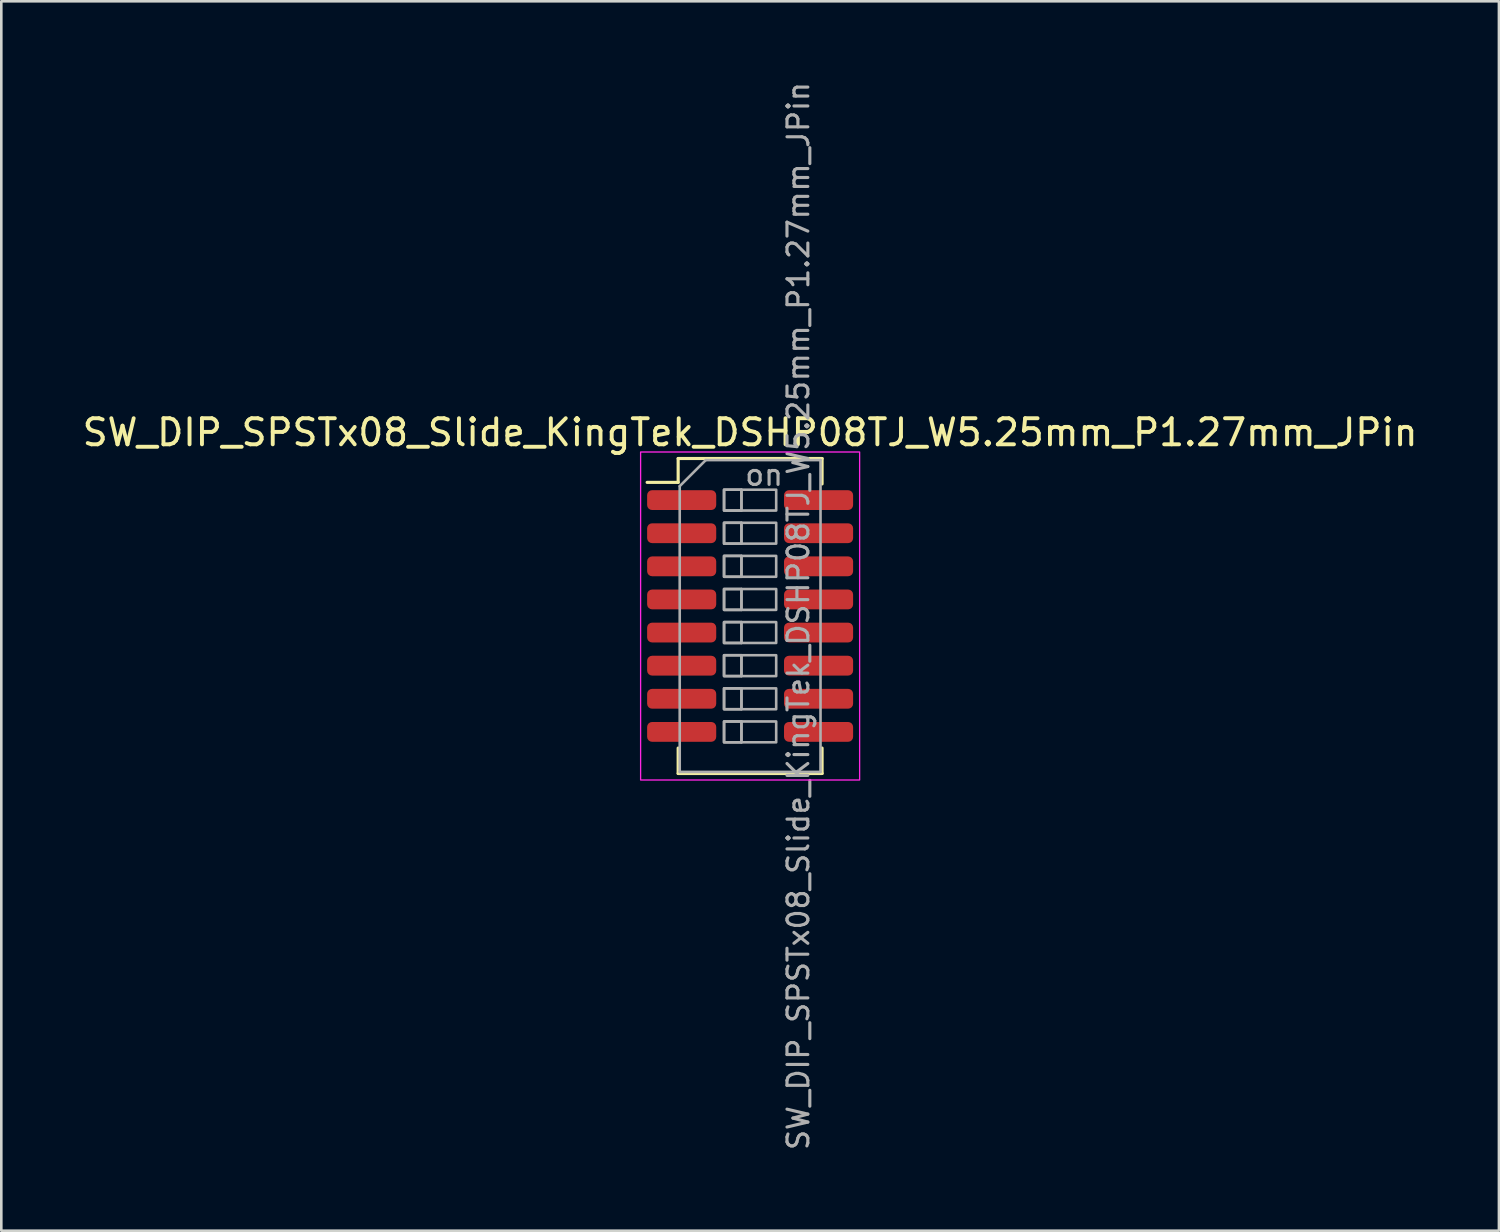
<source format=kicad_pcb>
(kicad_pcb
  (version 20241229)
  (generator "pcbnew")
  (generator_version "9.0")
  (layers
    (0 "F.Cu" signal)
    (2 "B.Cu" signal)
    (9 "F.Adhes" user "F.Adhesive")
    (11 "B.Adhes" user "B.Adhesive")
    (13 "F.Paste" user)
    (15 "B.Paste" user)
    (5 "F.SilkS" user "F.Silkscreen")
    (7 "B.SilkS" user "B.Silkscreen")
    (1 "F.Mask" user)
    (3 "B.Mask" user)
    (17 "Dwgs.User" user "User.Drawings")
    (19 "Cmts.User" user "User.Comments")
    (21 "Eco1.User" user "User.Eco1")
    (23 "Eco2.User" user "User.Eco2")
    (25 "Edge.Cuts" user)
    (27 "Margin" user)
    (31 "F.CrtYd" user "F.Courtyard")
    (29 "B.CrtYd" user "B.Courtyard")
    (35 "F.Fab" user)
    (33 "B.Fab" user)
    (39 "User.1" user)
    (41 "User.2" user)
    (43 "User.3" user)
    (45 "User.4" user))
  (footprint "SW_DIP_SPSTx08_Slide_KingTek_DSHP08TJ_W5.25mm_P1.27mm_JPin"
    (layer "F.Cu")
    (at 25.72 20.576)
    (property "Reference" "SW_DIP_SPSTx08_Slide_KingTek_DSHP08TJ_W5.25mm_P1.27mm_JPin" (at 0 -7.04 0) (layer "F.SilkS") (effects (font (size 1 1) (thickness 0.15))))
    (attr smd)
    (fp_line (start -3.95 -5.125) (end -2.76 -5.125) (stroke (width 0.12) (type solid)) (layer "F.SilkS"))
    (fp_line (start -2.76 -6.04) (end -2.76 -5.125) (stroke (width 0.12) (type solid)) (layer "F.SilkS"))
    (fp_line (start -2.76 -6.04) (end 2.76 -6.04) (stroke (width 0.12) (type solid)) (layer "F.SilkS"))
    (fp_line (start -2.76 6.04) (end -2.76 5.065) (stroke (width 0.12) (type solid)) (layer "F.SilkS"))
    (fp_line (start -2.76 6.04) (end 2.76 6.04) (stroke (width 0.12) (type solid)) (layer "F.SilkS"))
    (fp_line (start 2.76 -6.04) (end 2.76 -5.065) (stroke (width 0.12) (type solid)) (layer "F.SilkS"))
    (fp_line (start 2.76 6.04) (end 2.76 5.065) (stroke (width 0.12) (type solid)) (layer "F.SilkS"))
    (fp_rect (start -4.2 -6.29) (end 4.2 6.29) (stroke (width 0.05) (type solid)) (fill no) (layer "F.CrtYd"))
    (fp_line (start -2.7 -4.98) (end -1.7 -5.98) (stroke (width 0.1) (type solid)) (layer "F.Fab"))
    (fp_line (start -2.7 5.98) (end -2.7 -4.98) (stroke (width 0.1) (type solid)) (layer "F.Fab"))
    (fp_line (start -1.7 -5.98) (end 2.7 -5.98) (stroke (width 0.1) (type solid)) (layer "F.Fab"))
    (fp_line (start -0.333 -4.845) (end -0.333 -4.045) (stroke (width 0.1) (type solid)) (layer "F.Fab"))
    (fp_line (start -0.333 -3.575) (end -0.333 -2.775) (stroke (width 0.1) (type solid)) (layer "F.Fab"))
    (fp_line (start -0.333 -2.305) (end -0.333 -1.505) (stroke (width 0.1) (type solid)) (layer "F.Fab"))
    (fp_line (start -0.333 -1.035) (end -0.333 -0.235) (stroke (width 0.1) (type solid)) (layer "F.Fab"))
    (fp_line (start -0.333 0.235) (end -0.333 1.035) (stroke (width 0.1) (type solid)) (layer "F.Fab"))
    (fp_line (start -0.333 1.505) (end -0.333 2.305) (stroke (width 0.1) (type solid)) (layer "F.Fab"))
    (fp_line (start -0.333 2.775) (end -0.333 3.575) (stroke (width 0.1) (type solid)) (layer "F.Fab"))
    (fp_line (start -0.333 4.045) (end -0.333 4.845) (stroke (width 0.1) (type solid)) (layer "F.Fab"))
    (fp_line (start 2.7 -5.98) (end 2.7 5.98) (stroke (width 0.1) (type solid)) (layer "F.Fab"))
    (fp_line (start 2.7 5.98) (end -2.7 5.98) (stroke (width 0.1) (type solid)) (layer "F.Fab"))
    (fp_rect (start -1 -4.845) (end -0.333 -4.045) (stroke (width 0.1) (type solid)) (fill no) (layer "F.Fab"))
    (fp_rect (start -1 -4.845) (end 1 -4.045) (stroke (width 0.1) (type solid)) (fill no) (layer "F.Fab"))
    (fp_rect (start -1 -3.575) (end -0.333 -2.775) (stroke (width 0.1) (type solid)) (fill no) (layer "F.Fab"))
    (fp_rect (start -1 -3.575) (end 1 -2.775) (stroke (width 0.1) (type solid)) (fill no) (layer "F.Fab"))
    (fp_rect (start -1 -2.305) (end -0.333 -1.505) (stroke (width 0.1) (type solid)) (fill no) (layer "F.Fab"))
    (fp_rect (start -1 -2.305) (end 1 -1.505) (stroke (width 0.1) (type solid)) (fill no) (layer "F.Fab"))
    (fp_rect (start -1 -1.035) (end -0.333 -0.235) (stroke (width 0.1) (type solid)) (fill no) (layer "F.Fab"))
    (fp_rect (start -1 -1.035) (end 1 -0.235) (stroke (width 0.1) (type solid)) (fill no) (layer "F.Fab"))
    (fp_rect (start -1 0.235) (end -0.333 1.035) (stroke (width 0.1) (type solid)) (fill no) (layer "F.Fab"))
    (fp_rect (start -1 0.235) (end 1 1.035) (stroke (width 0.1) (type solid)) (fill no) (layer "F.Fab"))
    (fp_rect (start -1 1.505) (end -0.333 2.305) (stroke (width 0.1) (type solid)) (fill no) (layer "F.Fab"))
    (fp_rect (start -1 1.505) (end 1 2.305) (stroke (width 0.1) (type solid)) (fill no) (layer "F.Fab"))
    (fp_rect (start -1 2.775) (end -0.333 3.575) (stroke (width 0.1) (type solid)) (fill no) (layer "F.Fab"))
    (fp_rect (start -1 2.775) (end 1 3.575) (stroke (width 0.1) (type solid)) (fill no) (layer "F.Fab"))
    (fp_rect (start -1 4.045) (end -0.333 4.845) (stroke (width 0.1) (type solid)) (fill no) (layer "F.Fab"))
    (fp_rect (start -1 4.045) (end 1 4.845) (stroke (width 0.1) (type solid)) (fill no) (layer "F.Fab"))
    (fp_text user "${REFERENCE}" (at 1.85 0 90) (layer "F.Fab") (effects (font (size 0.8 0.8) (thickness 0.12))))
    (fp_text user "on" (at 0.537 -5.412 0) (layer "F.Fab") (effects (font (size 0.8 0.8) (thickness 0.12))))
    (pad "1" smd roundrect (at -2.625 -4.445) (size 2.65 0.76) (layers "F.Cu" "F.Mask" "F.Paste") (roundrect_rratio 0.25))
    (pad "2" smd roundrect (at -2.625 -3.175) (size 2.65 0.76) (layers "F.Cu" "F.Mask" "F.Paste") (roundrect_rratio 0.25))
    (pad "3" smd roundrect (at -2.625 -1.905) (size 2.65 0.76) (layers "F.Cu" "F.Mask" "F.Paste") (roundrect_rratio 0.25))
    (pad "4" smd roundrect (at -2.625 -0.635) (size 2.65 0.76) (layers "F.Cu" "F.Mask" "F.Paste") (roundrect_rratio 0.25))
    (pad "5" smd roundrect (at -2.625 0.635) (size 2.65 0.76) (layers "F.Cu" "F.Mask" "F.Paste") (roundrect_rratio 0.25))
    (pad "6" smd roundrect (at -2.625 1.905) (size 2.65 0.76) (layers "F.Cu" "F.Mask" "F.Paste") (roundrect_rratio 0.25))
    (pad "7" smd roundrect (at -2.625 3.175) (size 2.65 0.76) (layers "F.Cu" "F.Mask" "F.Paste") (roundrect_rratio 0.25))
    (pad "8" smd roundrect (at -2.625 4.445) (size 2.65 0.76) (layers "F.Cu" "F.Mask" "F.Paste") (roundrect_rratio 0.25))
    (pad "9" smd roundrect (at 2.625 4.445) (size 2.65 0.76) (layers "F.Cu" "F.Mask" "F.Paste") (roundrect_rratio 0.25))
    (pad "10" smd roundrect (at 2.625 3.175) (size 2.65 0.76) (layers "F.Cu" "F.Mask" "F.Paste") (roundrect_rratio 0.25))
    (pad "11" smd roundrect (at 2.625 1.905) (size 2.65 0.76) (layers "F.Cu" "F.Mask" "F.Paste") (roundrect_rratio 0.25))
    (pad "12" smd roundrect (at 2.625 0.635) (size 2.65 0.76) (layers "F.Cu" "F.Mask" "F.Paste") (roundrect_rratio 0.25))
    (pad "13" smd roundrect (at 2.625 -0.635) (size 2.65 0.76) (layers "F.Cu" "F.Mask" "F.Paste") (roundrect_rratio 0.25))
    (pad "14" smd roundrect (at 2.625 -1.905) (size 2.65 0.76) (layers "F.Cu" "F.Mask" "F.Paste") (roundrect_rratio 0.25))
    (pad "15" smd roundrect (at 2.625 -3.175) (size 2.65 0.76) (layers "F.Cu" "F.Mask" "F.Paste") (roundrect_rratio 0.25))
    (pad "16" smd roundrect (at 2.625 -4.445) (size 2.65 0.76) (layers "F.Cu" "F.Mask" "F.Paste") (roundrect_rratio 0.25)))
  (gr_rect
    (start -3 -3)
    (end 54.44 44.152)
    (stroke (width 0.1) (type default))
    (fill no)
    (layer "Edge.Cuts")))
</source>
